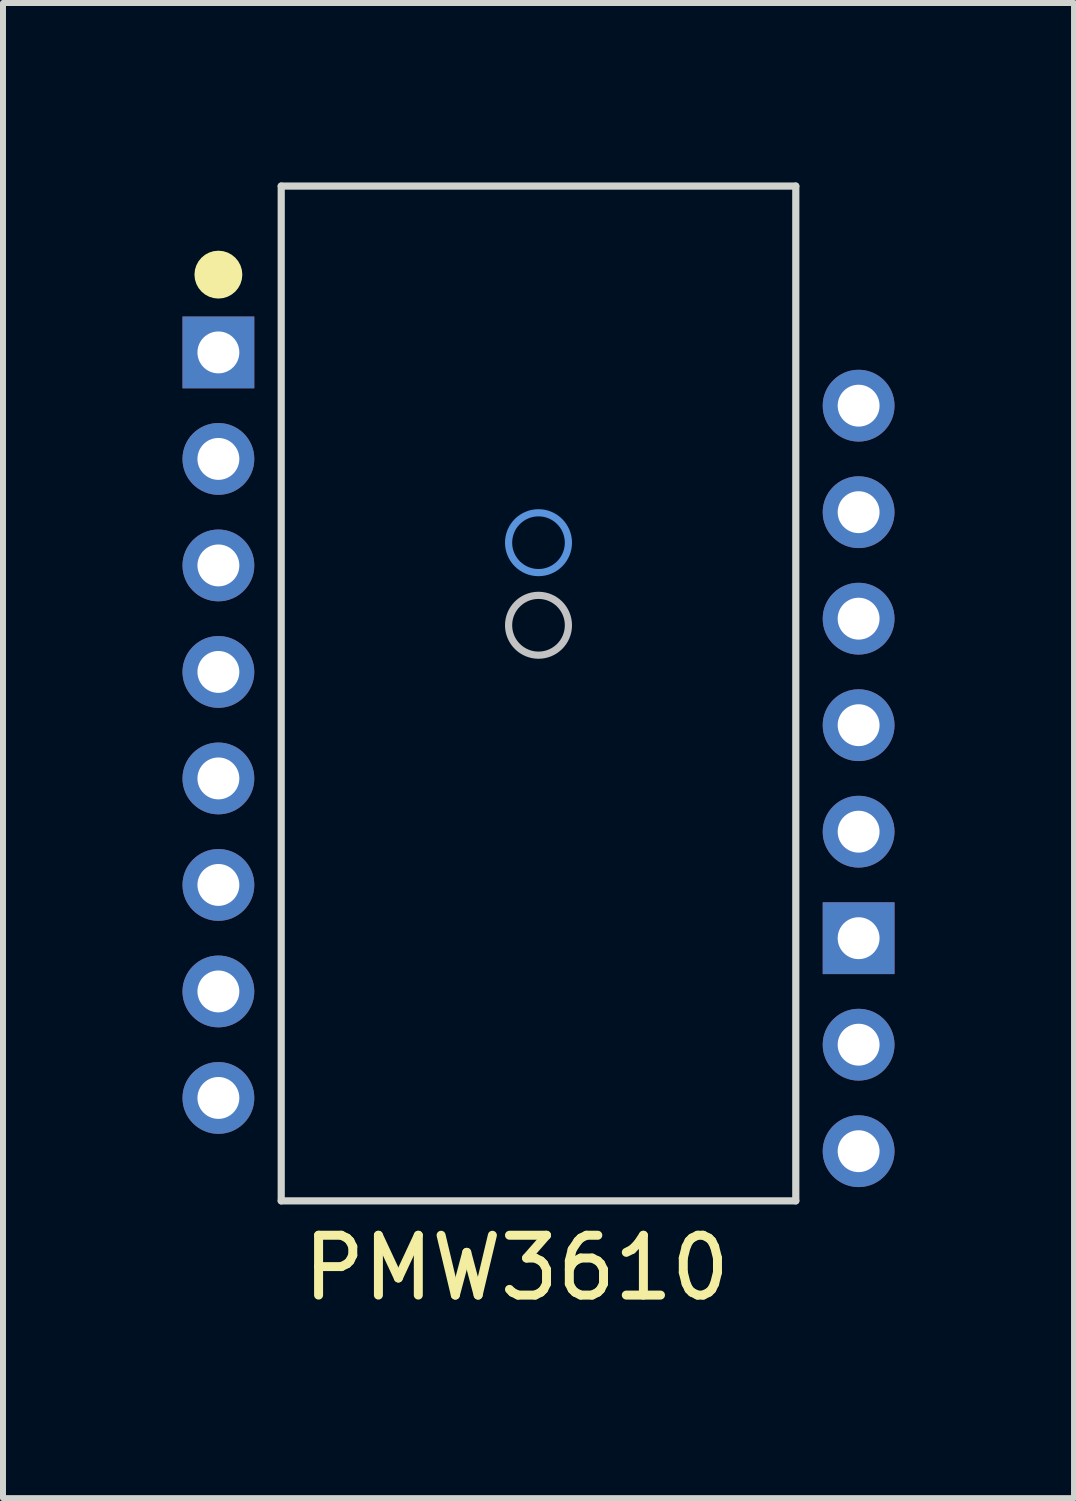
<source format=kicad_pcb>
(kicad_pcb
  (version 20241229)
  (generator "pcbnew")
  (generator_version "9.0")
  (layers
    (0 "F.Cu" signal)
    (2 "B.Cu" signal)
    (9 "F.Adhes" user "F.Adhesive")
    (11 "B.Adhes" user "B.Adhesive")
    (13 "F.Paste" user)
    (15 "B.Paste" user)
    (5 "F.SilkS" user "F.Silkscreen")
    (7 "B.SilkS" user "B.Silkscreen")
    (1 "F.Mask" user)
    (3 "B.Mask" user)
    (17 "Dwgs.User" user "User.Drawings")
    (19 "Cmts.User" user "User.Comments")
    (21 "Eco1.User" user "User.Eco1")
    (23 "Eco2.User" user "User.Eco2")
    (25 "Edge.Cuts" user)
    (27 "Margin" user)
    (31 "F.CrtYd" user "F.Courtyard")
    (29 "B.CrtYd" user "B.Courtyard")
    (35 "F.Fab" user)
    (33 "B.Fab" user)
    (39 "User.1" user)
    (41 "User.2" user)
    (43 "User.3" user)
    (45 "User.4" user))
  (footprint "PMW3610"
    (layer "F.Cu")
    (at 0.6 2.84)
    (property "Reference" "PMW3610" (at 4.984 15.3 180) (layer "F.SilkS") (effects (font (size 1 1) (thickness 0.15))))
    (attr through_hole)
    (fp_circle (center 0 -1.3) (end 0.2 -1.3) (stroke (width 0.4) (type solid)) (fill no) (layer "F.SilkS"))
    (fp_circle (center 5.35 4.56) (end 5.85 4.56) (stroke (width 0.12) (type solid)) (fill no) (layer "Dwgs.User"))
    (fp_circle (center 5.35 3.18) (end 5.85 3.18) (stroke (width 0.12) (type solid)) (fill no) (layer "Cmts.User"))
    (fp_line (start 1.05 -2.78) (end 1.05 14.18) (stroke (width 0.12) (type solid)) (layer "Edge.Cuts"))
    (fp_line (start 1.05 -2.78) (end 9.65 -2.78) (stroke (width 0.12) (type solid)) (layer "Edge.Cuts"))
    (fp_line (start 1.05 14.18) (end 9.65 14.18) (stroke (width 0.12) (type solid)) (layer "Edge.Cuts"))
    (fp_line (start 9.65 -2.78) (end 9.65 14.18) (stroke (width 0.12) (type solid)) (layer "Edge.Cuts"))
    (pad "1" thru_hole rect (at 0 0) (size 1.2 1.2) (drill 0.7) (layers "*.Cu" "*.Mask"))
    (pad "2" thru_hole circle (at 0 1.78) (size 1.2 1.2) (drill 0.7) (layers "*.Cu" "*.Mask"))
    (pad "3" thru_hole circle (at 0 3.56) (size 1.2 1.2) (drill 0.7) (layers "*.Cu" "*.Mask"))
    (pad "4" thru_hole circle (at 0 5.34) (size 1.2 1.2) (drill 0.7) (layers "*.Cu" "*.Mask"))
    (pad "5" thru_hole circle (at 0 7.12) (size 1.2 1.2) (drill 0.7) (layers "*.Cu" "*.Mask"))
    (pad "6" thru_hole circle (at 0 8.9) (size 1.2 1.2) (drill 0.7) (layers "*.Cu" "*.Mask"))
    (pad "7" thru_hole circle (at 0 10.68) (size 1.2 1.2) (drill 0.7) (layers "*.Cu" "*.Mask"))
    (pad "8" thru_hole circle (at 0 12.46) (size 1.2 1.2) (drill 0.7) (layers "*.Cu" "*.Mask"))
    (pad "9" thru_hole circle (at 10.7 13.35) (size 1.2 1.2) (drill 0.7) (layers "*.Cu" "*.Mask"))
    (pad "10" thru_hole circle (at 10.7 11.57) (size 1.2 1.2) (drill 0.7) (layers "*.Cu" "*.Mask"))
    (pad "11" thru_hole rect (at 10.7 9.79) (size 1.2 1.2) (drill 0.7) (layers "*.Cu" "*.Mask"))
    (pad "12" thru_hole circle (at 10.7 8.01) (size 1.2 1.2) (drill 0.7) (layers "*.Cu" "*.Mask"))
    (pad "13" thru_hole circle (at 10.7 6.23) (size 1.2 1.2) (drill 0.7) (layers "*.Cu" "*.Mask"))
    (pad "14" thru_hole circle (at 10.7 4.45) (size 1.2 1.2) (drill 0.7) (layers "*.Cu" "*.Mask"))
    (pad "15" thru_hole circle (at 10.7 2.67) (size 1.2 1.2) (drill 0.7) (layers "*.Cu" "*.Mask"))
    (pad "16" thru_hole circle (at 10.7 0.89) (size 1.2 1.2) (drill 0.7) (layers "*.Cu" "*.Mask")))
  (gr_rect
    (start -3 -3)
    (end 14.9 21.988)
    (stroke (width 0.1) (type default))
    (fill no)
    (layer "Edge.Cuts")))
</source>
